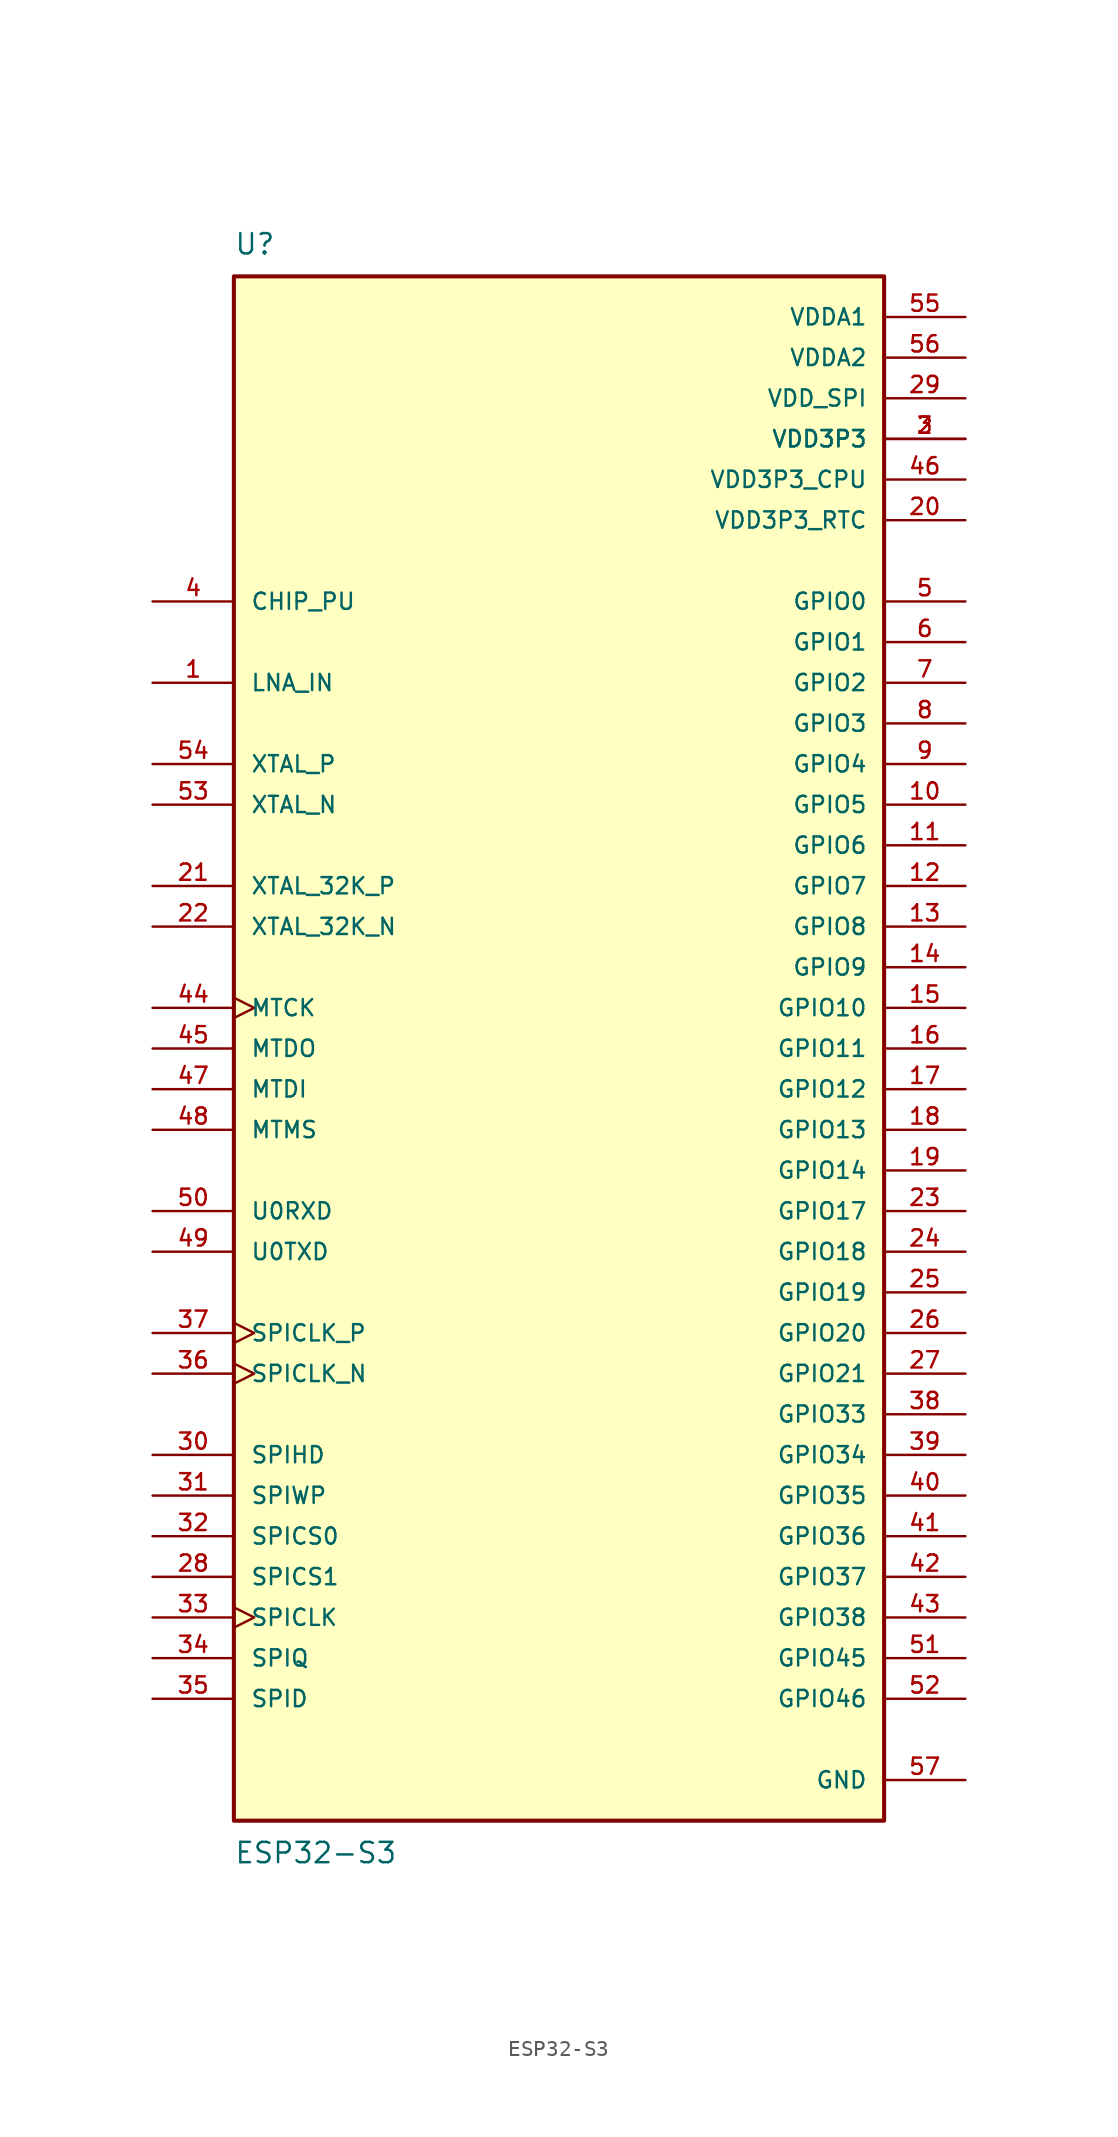
<source format=kicad_sym>
(kicad_symbol_lib
  (version 20211014)
  (generator kicad_symbol_editor)
  (symbol "ESP32-S3"
    (pin_names
      (offset 1.016))
    (property "Reference" "U"
      (at -20.32 49.53 0)
      (effects (font (size 1.27 1.27)) (justify bottom left)))
    (property "Value" "ESP32-S3"
      (at -20.32 -49.53 0)
      (effects (font (size 1.27 1.27)) (justify top left)))
    (symbol "ESP32-S3_0_0"
      (rectangle (start -20.32 -48.26) (end 20.32 48.26) (stroke (width 0.254)) (fill (type background)))
      (pin power_in line (at 25.4 40.64 180.0) (length 5.08) (name "VDD_SPI" (effects (font (size 1.016 1.016)))) (number "29" (effects (font (size 1.016 1.016)))))
      (pin power_in line (at 25.4 38.1 180.0) (length 5.08) (name "VDD3P3" (effects (font (size 1.016 1.016)))) (number "2" (effects (font (size 1.016 1.016)))))
      (pin power_in line (at 25.4 38.1 180.0) (length 5.08) (name "VDD3P3" (effects (font (size 1.016 1.016)))) (number "3" (effects (font (size 1.016 1.016)))))
      (pin power_in line (at 25.4 35.56 180.0) (length 5.08) (name "VDD3P3_CPU" (effects (font (size 1.016 1.016)))) (number "46" (effects (font (size 1.016 1.016)))))
      (pin power_in line (at 25.4 33.02 180.0) (length 5.08) (name "VDD3P3_RTC" (effects (font (size 1.016 1.016)))) (number "20" (effects (font (size 1.016 1.016)))))
      (pin power_in line (at 25.4 43.18 180.0) (length 5.08) (name "VDDA2" (effects (font (size 1.016 1.016)))) (number "56" (effects (font (size 1.016 1.016)))))
      (pin input line (at -25.4 27.94 0) (length 5.08) (name "CHIP_PU" (effects (font (size 1.016 1.016)))) (number "4" (effects (font (size 1.016 1.016)))))
      (pin input line (at -25.4 17.78 0) (length 5.08) (name "XTAL_P" (effects (font (size 1.016 1.016)))) (number "54" (effects (font (size 1.016 1.016)))))
      (pin bidirectional line (at 25.4 27.94 180.0) (length 5.08) (name "GPIO0" (effects (font (size 1.016 1.016)))) (number "5" (effects (font (size 1.016 1.016)))))
      (pin bidirectional line (at 25.4 25.4 180.0) (length 5.08) (name "GPIO1" (effects (font (size 1.016 1.016)))) (number "6" (effects (font (size 1.016 1.016)))))
      (pin bidirectional line (at 25.4 2.54 180.0) (length 5.08) (name "GPIO10" (effects (font (size 1.016 1.016)))) (number "15" (effects (font (size 1.016 1.016)))))
      (pin bidirectional line (at 25.4 0.0 180.0) (length 5.08) (name "GPIO11" (effects (font (size 1.016 1.016)))) (number "16" (effects (font (size 1.016 1.016)))))
      (pin bidirectional line (at 25.4 -2.54 180.0) (length 5.08) (name "GPIO12" (effects (font (size 1.016 1.016)))) (number "17" (effects (font (size 1.016 1.016)))))
      (pin bidirectional line (at 25.4 -5.08 180.0) (length 5.08) (name "GPIO13" (effects (font (size 1.016 1.016)))) (number "18" (effects (font (size 1.016 1.016)))))
      (pin bidirectional line (at 25.4 -7.62 180.0) (length 5.08) (name "GPIO14" (effects (font (size 1.016 1.016)))) (number "19" (effects (font (size 1.016 1.016)))))
      (pin bidirectional line (at 25.4 -10.16 180.0) (length 5.08) (name "GPIO17" (effects (font (size 1.016 1.016)))) (number "23" (effects (font (size 1.016 1.016)))))
      (pin bidirectional line (at 25.4 -12.7 180.0) (length 5.08) (name "GPIO18" (effects (font (size 1.016 1.016)))) (number "24" (effects (font (size 1.016 1.016)))))
      (pin bidirectional line (at 25.4 -15.24 180.0) (length 5.08) (name "GPIO19" (effects (font (size 1.016 1.016)))) (number "25" (effects (font (size 1.016 1.016)))))
      (pin bidirectional line (at 25.4 22.86 180.0) (length 5.08) (name "GPIO2" (effects (font (size 1.016 1.016)))) (number "7" (effects (font (size 1.016 1.016)))))
      (pin bidirectional line (at 25.4 -17.78 180.0) (length 5.08) (name "GPIO20" (effects (font (size 1.016 1.016)))) (number "26" (effects (font (size 1.016 1.016)))))
      (pin bidirectional line (at 25.4 -20.32 180.0) (length 5.08) (name "GPIO21" (effects (font (size 1.016 1.016)))) (number "27" (effects (font (size 1.016 1.016)))))
      (pin bidirectional line (at 25.4 20.32 180.0) (length 5.08) (name "GPIO3" (effects (font (size 1.016 1.016)))) (number "8" (effects (font (size 1.016 1.016)))))
      (pin bidirectional line (at 25.4 -22.86 180.0) (length 5.08) (name "GPIO33" (effects (font (size 1.016 1.016)))) (number "38" (effects (font (size 1.016 1.016)))))
      (pin bidirectional line (at 25.4 -25.4 180.0) (length 5.08) (name "GPIO34" (effects (font (size 1.016 1.016)))) (number "39" (effects (font (size 1.016 1.016)))))
      (pin bidirectional line (at 25.4 -27.94 180.0) (length 5.08) (name "GPIO35" (effects (font (size 1.016 1.016)))) (number "40" (effects (font (size 1.016 1.016)))))
      (pin bidirectional line (at 25.4 -30.48 180.0) (length 5.08) (name "GPIO36" (effects (font (size 1.016 1.016)))) (number "41" (effects (font (size 1.016 1.016)))))
      (pin bidirectional line (at 25.4 -33.02 180.0) (length 5.08) (name "GPIO37" (effects (font (size 1.016 1.016)))) (number "42" (effects (font (size 1.016 1.016)))))
      (pin bidirectional line (at 25.4 -35.56 180.0) (length 5.08) (name "GPIO38" (effects (font (size 1.016 1.016)))) (number "43" (effects (font (size 1.016 1.016)))))
      (pin bidirectional line (at 25.4 17.78 180.0) (length 5.08) (name "GPIO4" (effects (font (size 1.016 1.016)))) (number "9" (effects (font (size 1.016 1.016)))))
      (pin bidirectional line (at 25.4 -38.1 180.0) (length 5.08) (name "GPIO45" (effects (font (size 1.016 1.016)))) (number "51" (effects (font (size 1.016 1.016)))))
      (pin bidirectional line (at 25.4 -40.64 180.0) (length 5.08) (name "GPIO46" (effects (font (size 1.016 1.016)))) (number "52" (effects (font (size 1.016 1.016)))))
      (pin output line (at -25.4 15.24 0) (length 5.08) (name "XTAL_N" (effects (font (size 1.016 1.016)))) (number "53" (effects (font (size 1.016 1.016)))))
      (pin bidirectional line (at 25.4 15.24 180.0) (length 5.08) (name "GPIO5" (effects (font (size 1.016 1.016)))) (number "10" (effects (font (size 1.016 1.016)))))
      (pin bidirectional line (at 25.4 12.7 180.0) (length 5.08) (name "GPIO6" (effects (font (size 1.016 1.016)))) (number "11" (effects (font (size 1.016 1.016)))))
      (pin bidirectional line (at 25.4 10.16 180.0) (length 5.08) (name "GPIO7" (effects (font (size 1.016 1.016)))) (number "12" (effects (font (size 1.016 1.016)))))
      (pin bidirectional line (at 25.4 7.62 180.0) (length 5.08) (name "GPIO8" (effects (font (size 1.016 1.016)))) (number "13" (effects (font (size 1.016 1.016)))))
      (pin bidirectional line (at 25.4 5.08 180.0) (length 5.08) (name "GPIO9" (effects (font (size 1.016 1.016)))) (number "14" (effects (font (size 1.016 1.016)))))
      (pin bidirectional line (at -25.4 22.86 0) (length 5.08) (name "LNA_IN" (effects (font (size 1.016 1.016)))) (number "1" (effects (font (size 1.016 1.016)))))
      (pin bidirectional clock (at -25.4 2.54 0) (length 5.08) (name "MTCK" (effects (font (size 1.016 1.016)))) (number "44" (effects (font (size 1.016 1.016)))))
      (pin bidirectional line (at -25.4 -2.54 0) (length 5.08) (name "MTDI" (effects (font (size 1.016 1.016)))) (number "47" (effects (font (size 1.016 1.016)))))
      (pin bidirectional line (at -25.4 0.0 0) (length 5.08) (name "MTDO" (effects (font (size 1.016 1.016)))) (number "45" (effects (font (size 1.016 1.016)))))
      (pin bidirectional line (at -25.4 -5.08 0) (length 5.08) (name "MTMS" (effects (font (size 1.016 1.016)))) (number "48" (effects (font (size 1.016 1.016)))))
      (pin bidirectional clock (at -25.4 -35.56 0) (length 5.08) (name "SPICLK" (effects (font (size 1.016 1.016)))) (number "33" (effects (font (size 1.016 1.016)))))
      (pin bidirectional clock (at -25.4 -20.32 0) (length 5.08) (name "SPICLK_N" (effects (font (size 1.016 1.016)))) (number "36" (effects (font (size 1.016 1.016)))))
      (pin bidirectional clock (at -25.4 -17.78 0) (length 5.08) (name "SPICLK_P" (effects (font (size 1.016 1.016)))) (number "37" (effects (font (size 1.016 1.016)))))
      (pin bidirectional line (at -25.4 -30.48 0) (length 5.08) (name "SPICS0" (effects (font (size 1.016 1.016)))) (number "32" (effects (font (size 1.016 1.016)))))
      (pin bidirectional line (at -25.4 -33.02 0) (length 5.08) (name "SPICS1" (effects (font (size 1.016 1.016)))) (number "28" (effects (font (size 1.016 1.016)))))
      (pin bidirectional line (at -25.4 -40.64 0) (length 5.08) (name "SPID" (effects (font (size 1.016 1.016)))) (number "35" (effects (font (size 1.016 1.016)))))
      (pin bidirectional line (at -25.4 -25.4 0) (length 5.08) (name "SPIHD" (effects (font (size 1.016 1.016)))) (number "30" (effects (font (size 1.016 1.016)))))
      (pin bidirectional line (at -25.4 -38.1 0) (length 5.08) (name "SPIQ" (effects (font (size 1.016 1.016)))) (number "34" (effects (font (size 1.016 1.016)))))
      (pin bidirectional line (at -25.4 -27.94 0) (length 5.08) (name "SPIWP" (effects (font (size 1.016 1.016)))) (number "31" (effects (font (size 1.016 1.016)))))
      (pin bidirectional line (at -25.4 -10.16 0) (length 5.08) (name "U0RXD" (effects (font (size 1.016 1.016)))) (number "50" (effects (font (size 1.016 1.016)))))
      (pin bidirectional line (at -25.4 -12.7 0) (length 5.08) (name "U0TXD" (effects (font (size 1.016 1.016)))) (number "49" (effects (font (size 1.016 1.016)))))
      (pin bidirectional line (at -25.4 7.62 0) (length 5.08) (name "XTAL_32K_N" (effects (font (size 1.016 1.016)))) (number "22" (effects (font (size 1.016 1.016)))))
      (pin bidirectional line (at -25.4 10.16 0) (length 5.08) (name "XTAL_32K_P" (effects (font (size 1.016 1.016)))) (number "21" (effects (font (size 1.016 1.016)))))
      (pin power_in line (at 25.4 -45.72 180.0) (length 5.08) (name "GND" (effects (font (size 1.016 1.016)))) (number "57" (effects (font (size 1.016 1.016)))))
      (pin power_in line (at 25.4 45.72 180.0) (length 5.08) (name "VDDA1" (effects (font (size 1.016 1.016)))) (number "55" (effects (font (size 1.016 1.016))))))))
</source>
